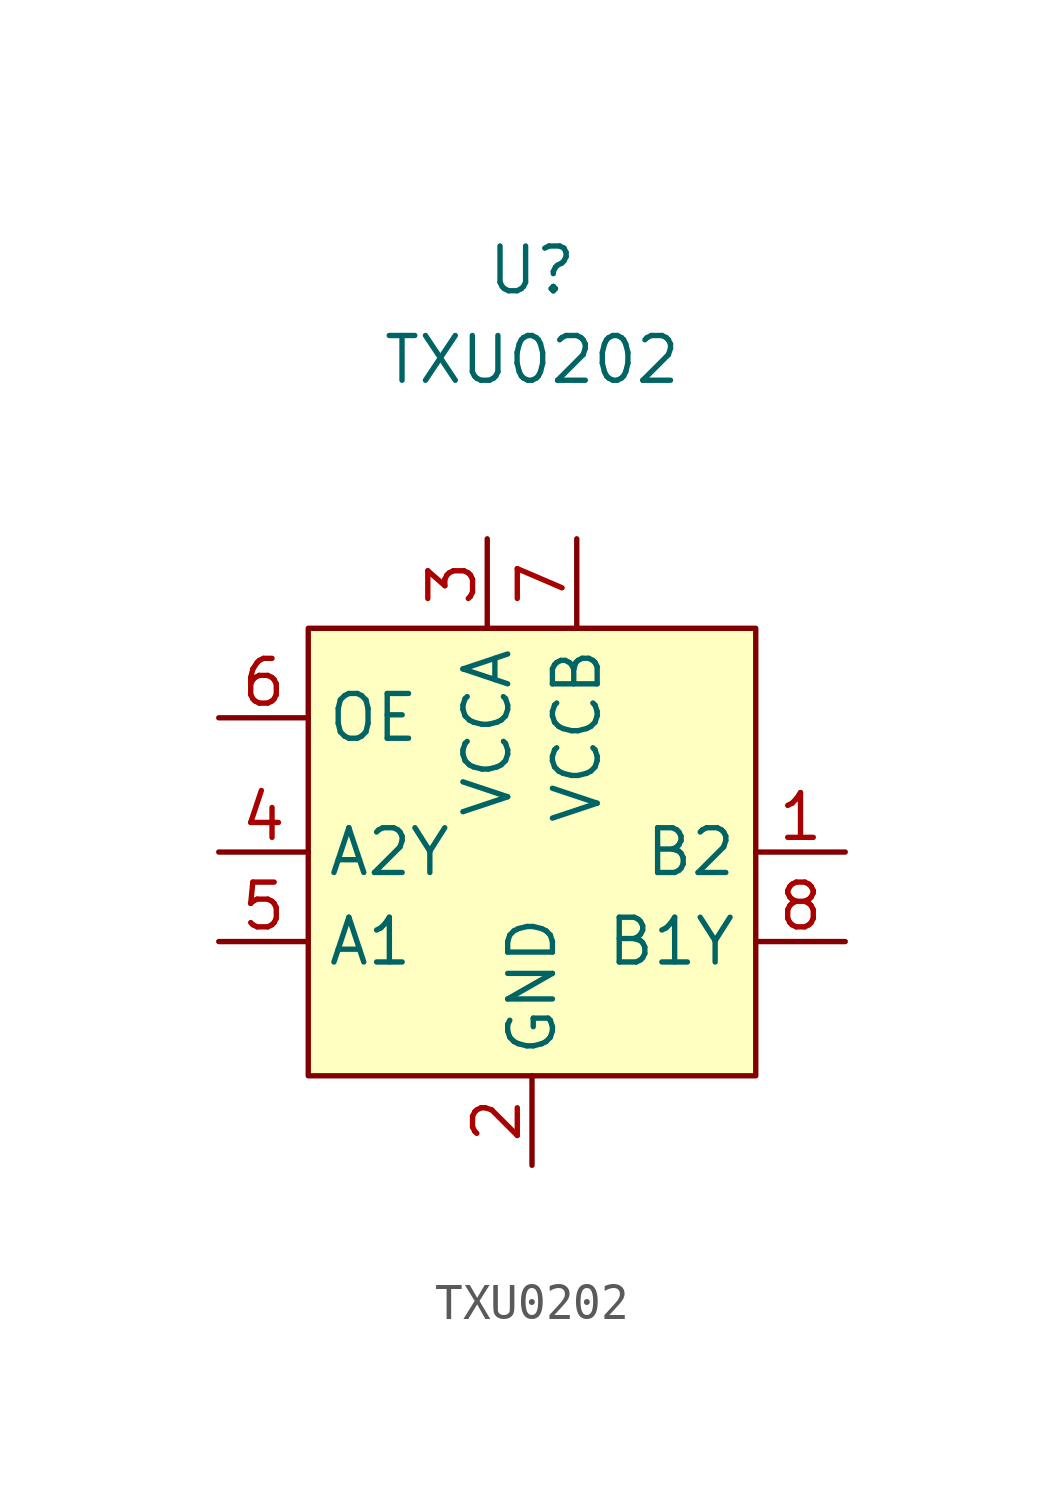
<source format=kicad_sym>
(kicad_symbol_lib
  (version 20220914)
  (generator kicad_symbol_editor)
  (symbol "TXU0202"
    (property "Reference" "U"
      (at 0 6.35 0)
      (effects (font (size 1.27 1.27))))
    (property "Value" "TXU0202"
      (at 0 3.81 0)
      (effects (font (size 1.27 1.27))))
    (symbol "TXU0202_1_1"
      (rectangle (start -6.35 -3.81) (end 6.35 -16.51) (stroke (width 0) (type default)) (fill (type background)))
      (pin input line (at 8.89 -10.16 180) (length 2.54) (name "B2" (effects (font (size 1.27 1.27)))) (number "1" (effects (font (size 1.27 1.27)))))
      (pin power_in line (at 0 -19.05 90) (length 2.54) (name "GND" (effects (font (size 1.27 1.27)))) (number "2" (effects (font (size 1.27 1.27)))))
      (pin power_in line (at -1.27 -1.27 270) (length 2.54) (name "VCCA" (effects (font (size 1.27 1.27)))) (number "3" (effects (font (size 1.27 1.27)))))
      (pin output line (at -8.89 -10.16 0) (length 2.54) (name "A2Y" (effects (font (size 1.27 1.27)))) (number "4" (effects (font (size 1.27 1.27)))))
      (pin input line (at -8.89 -12.7 0) (length 2.54) (name "A1" (effects (font (size 1.27 1.27)))) (number "5" (effects (font (size 1.27 1.27)))))
      (pin input line (at -8.89 -6.35 0) (length 2.54) (name "OE" (effects (font (size 1.27 1.27)))) (number "6" (effects (font (size 1.27 1.27)))))
      (pin power_in line (at 1.27 -1.27 270) (length 2.54) (name "VCCB" (effects (font (size 1.27 1.27)))) (number "7" (effects (font (size 1.27 1.27)))))
      (pin output line (at 8.89 -12.7 180) (length 2.54) (name "B1Y" (effects (font (size 1.27 1.27)))) (number "8" (effects (font (size 1.27 1.27))))))))
</source>
